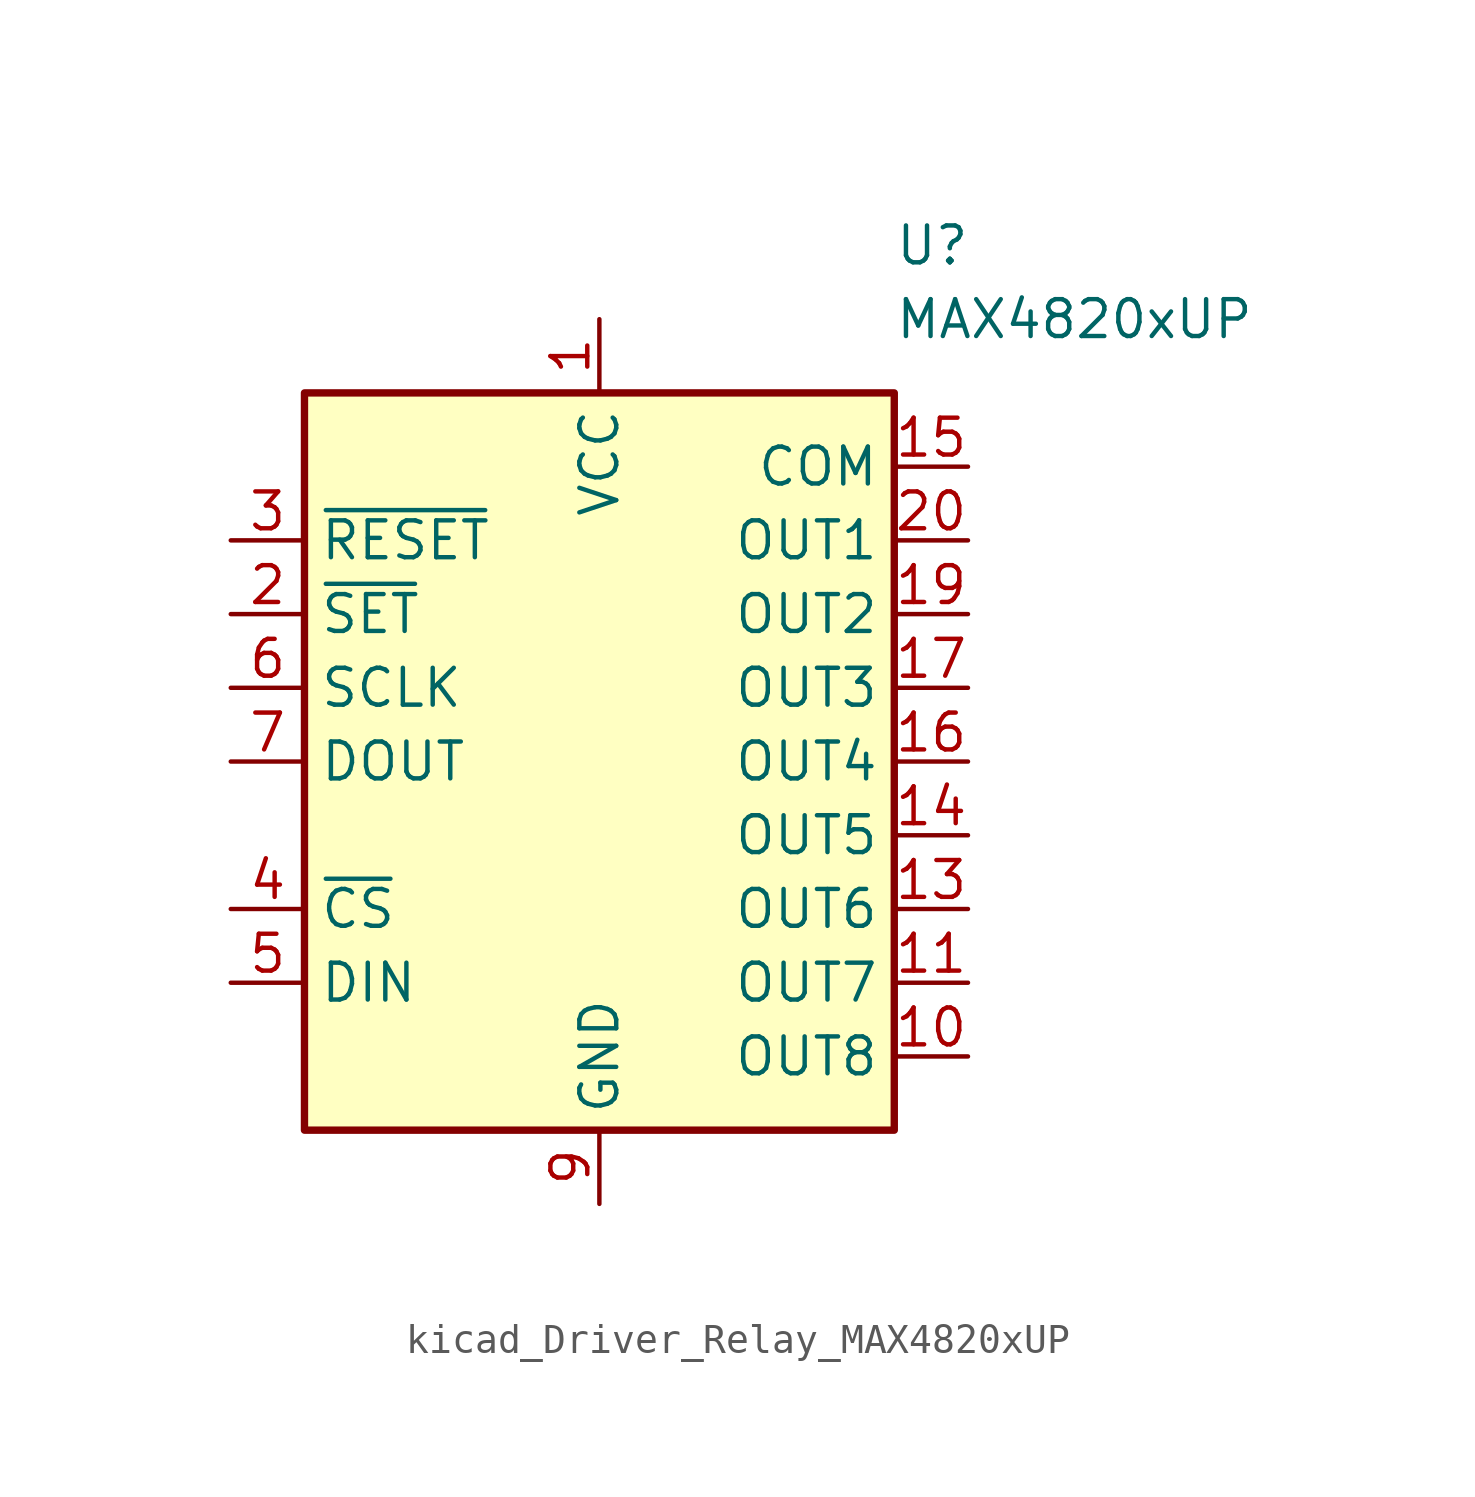
<source format=kicad_sym>
(kicad_symbol_lib
  (version 20220914)
  (generator kicad_symbol_editor)
  (symbol "kicad_Driver_Relay_MAX4820xUP"
    (property "Reference" "U"
      (at 10.16 17.78 0)
      (effects (font (size 1.27 1.27)) (justify left)))
    (property "Value" "MAX4820xUP"
      (at 10.16 15.24 0)
      (effects (font (size 1.27 1.27)) (justify left)))
    (symbol "kicad_Driver_Relay_MAX4820xUP_0_0"
      (pin open_collector line (at 12.7 2.54 180) (length 2.54) (name "OUT3" (effects (font (size 1.27 1.27)))) (number "17" (effects (font (size 1.27 1.27)))))
      (pin passive line (at 0 -15.24 90) (length 2.54) hide (name "GND" (effects (font (size 1.27 1.27)))) (number "18" (effects (font (size 1.27 1.27)))))
      (pin open_collector line (at 12.7 5.08 180) (length 2.54) (name "OUT2" (effects (font (size 1.27 1.27)))) (number "19" (effects (font (size 1.27 1.27)))))
      (pin open_collector line (at 12.7 7.62 180) (length 2.54) (name "OUT1" (effects (font (size 1.27 1.27)))) (number "20" (effects (font (size 1.27 1.27)))))
      (pin passive line (at 0 -15.24 90) (length 2.54) hide (name "GND" (effects (font (size 1.27 1.27)))) (number "21" (effects (font (size 1.27 1.27)))))
      (pin power_in line (at 0 -15.24 90) (length 2.54) (name "GND" (effects (font (size 1.27 1.27)))) (number "9" (effects (font (size 1.27 1.27))))))
    (symbol "kicad_Driver_Relay_MAX4820xUP_0_1"
      (rectangle (start -10.16 12.7) (end 10.16 -12.7) (stroke (width 0.254) (type default)) (fill (type background))))
    (symbol "kicad_Driver_Relay_MAX4820xUP_1_1"
      (pin power_in line (at 0 15.24 270) (length 2.54) (name "VCC" (effects (font (size 1.27 1.27)))) (number "1" (effects (font (size 1.27 1.27)))))
      (pin open_collector line (at 12.7 -10.16 180) (length 2.54) (name "OUT8" (effects (font (size 1.27 1.27)))) (number "10" (effects (font (size 1.27 1.27)))))
      (pin open_collector line (at 12.7 -7.62 180) (length 2.54) (name "OUT7" (effects (font (size 1.27 1.27)))) (number "11" (effects (font (size 1.27 1.27)))))
      (pin passive line (at 0 -15.24 90) (length 2.54) hide (name "GND" (effects (font (size 1.27 1.27)))) (number "12" (effects (font (size 1.27 1.27)))))
      (pin open_collector line (at 12.7 -5.08 180) (length 2.54) (name "OUT6" (effects (font (size 1.27 1.27)))) (number "13" (effects (font (size 1.27 1.27)))))
      (pin open_collector line (at 12.7 -2.54 180) (length 2.54) (name "OUT5" (effects (font (size 1.27 1.27)))) (number "14" (effects (font (size 1.27 1.27)))))
      (pin passive line (at 12.7 10.16 180) (length 2.54) (name "COM" (effects (font (size 1.27 1.27)))) (number "15" (effects (font (size 1.27 1.27)))))
      (pin open_collector line (at 12.7 0 180) (length 2.54) (name "OUT4" (effects (font (size 1.27 1.27)))) (number "16" (effects (font (size 1.27 1.27)))))
      (pin input line (at -12.7 5.08 0) (length 2.54) (name "~{SET}" (effects (font (size 1.27 1.27)))) (number "2" (effects (font (size 1.27 1.27)))))
      (pin input line (at -12.7 7.62 0) (length 2.54) (name "~{RESET}" (effects (font (size 1.27 1.27)))) (number "3" (effects (font (size 1.27 1.27)))))
      (pin input line (at -12.7 -5.08 0) (length 2.54) (name "~{CS}" (effects (font (size 1.27 1.27)))) (number "4" (effects (font (size 1.27 1.27)))))
      (pin input line (at -12.7 -7.62 0) (length 2.54) (name "DIN" (effects (font (size 1.27 1.27)))) (number "5" (effects (font (size 1.27 1.27)))))
      (pin input line (at -12.7 2.54 0) (length 2.54) (name "SCLK" (effects (font (size 1.27 1.27)))) (number "6" (effects (font (size 1.27 1.27)))))
      (pin output line (at -12.7 0 0) (length 2.54) (name "DOUT" (effects (font (size 1.27 1.27)))) (number "7" (effects (font (size 1.27 1.27)))))
      (pin no_connect line (at -10.16 -2.54 0) (length 2.54) hide (name "NC" (effects (font (size 1.27 1.27)))) (number "8" (effects (font (size 1.27 1.27))))))))
</source>
